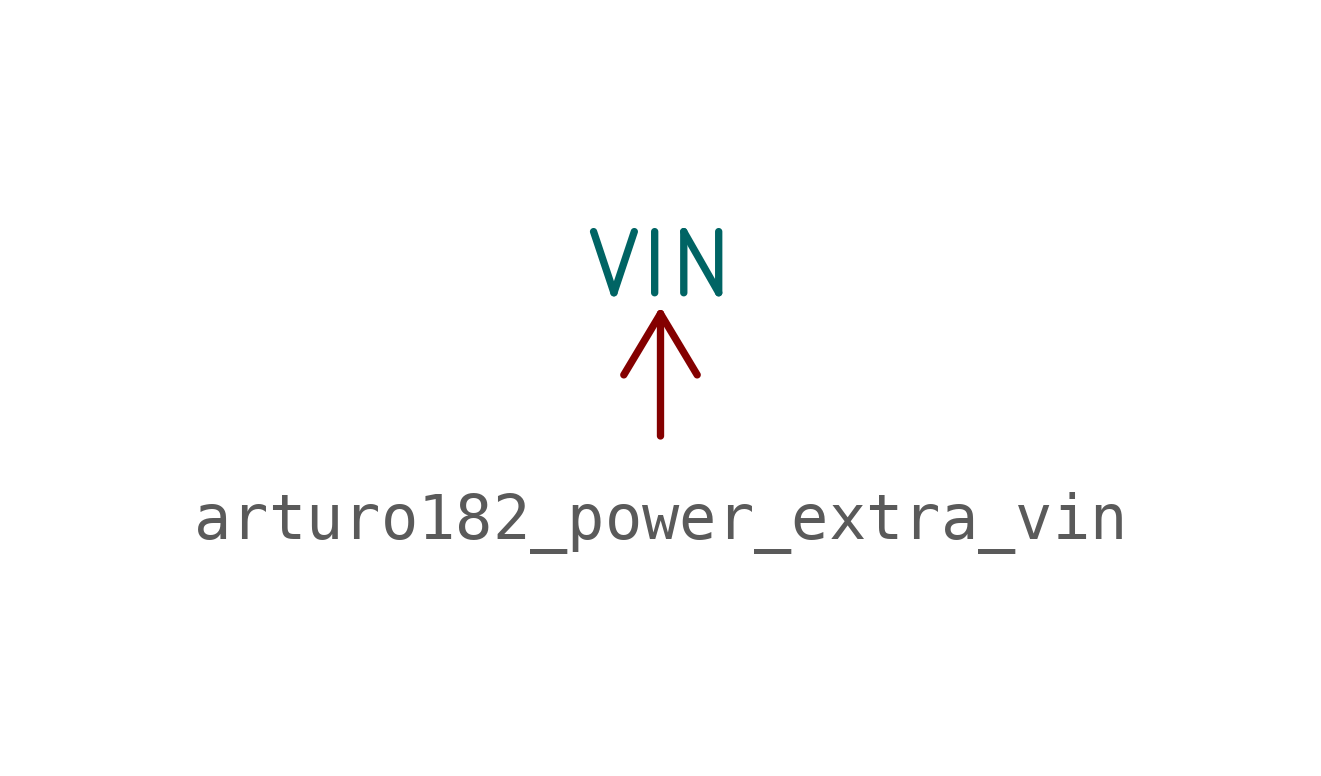
<source format=kicad_sym>
(kicad_symbol_lib
  (version 20220914)
  (generator kicad_symbol_editor)
  (symbol "power_extra:arturo182_power_extra_vin"
    (power)
    (pin_names
      (offset 0))
    (property "Reference" "#PWR"
      (at 0 -3.81 0)
      (effects (font (size 1.27 1.27)) hide))
    (property "Value" "VIN"
      (at 0 3.556 0)
      (effects (font (size 1.27 1.27))))
    (symbol "arturo182_power_extra_vin_0_1"
      (polyline (pts (xy -0.762 1.27) (xy 0 2.54)) (stroke (width 0)) (fill (type none)))
      (polyline (pts (xy 0 0) (xy 0 2.54)) (stroke (width 0)) (fill (type none)))
      (polyline (pts (xy 0 2.54) (xy 0.762 1.27)) (stroke (width 0)) (fill (type none))))
    (symbol "arturo182_power_extra_vin_1_1"
      (pin power_in line (at 0 0 90) (length 0) hide (name "VIN" (effects (font (size 1.27 1.27)))) (number "1" (effects (font (size 1.27 1.27))))))))
</source>
